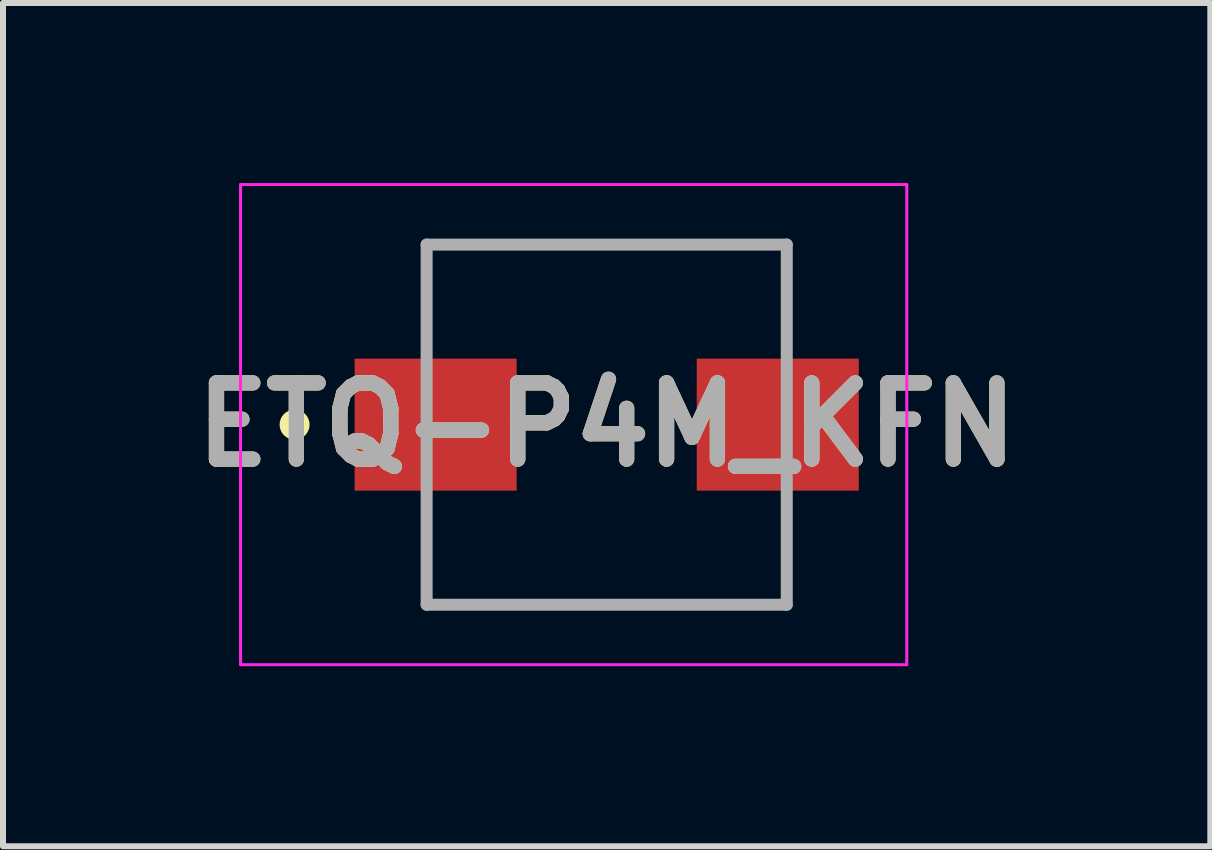
<source format=kicad_pcb>
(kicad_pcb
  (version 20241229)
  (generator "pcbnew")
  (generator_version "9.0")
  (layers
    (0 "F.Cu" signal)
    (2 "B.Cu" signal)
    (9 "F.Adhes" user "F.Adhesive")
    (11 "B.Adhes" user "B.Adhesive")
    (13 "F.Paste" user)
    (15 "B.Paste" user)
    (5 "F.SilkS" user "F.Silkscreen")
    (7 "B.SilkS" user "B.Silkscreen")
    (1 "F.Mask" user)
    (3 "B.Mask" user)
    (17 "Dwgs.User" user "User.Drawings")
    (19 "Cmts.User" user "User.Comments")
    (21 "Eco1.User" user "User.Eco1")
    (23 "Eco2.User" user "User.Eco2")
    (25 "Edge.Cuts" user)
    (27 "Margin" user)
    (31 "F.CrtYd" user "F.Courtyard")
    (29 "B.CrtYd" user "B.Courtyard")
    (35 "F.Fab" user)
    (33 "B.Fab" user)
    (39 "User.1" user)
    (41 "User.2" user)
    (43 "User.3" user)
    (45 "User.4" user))
  (footprint "ETQ-P4M_KFN"
    (layer "F.Cu")
    (at 7.058 4.025)
    (property "Reference" "ETQ-P4M_KFN" (at 0 0 0) (layer "F.SilkS") (effects (font (size 1.27 1.27) (thickness 0.254))))
    (attr smd)
    (fp_line (start -3 -3) (end 3 -3) (stroke (width 0.1) (type solid)) (layer "F.SilkS"))
    (fp_line (start 3 3) (end -3 3) (stroke (width 0.1) (type solid)) (layer "F.SilkS"))
    (fp_circle (center -5.2 0) (end -5.2 0.05) (stroke (width 0.2) (type solid)) (fill no) (layer "F.SilkS"))
    (fp_line (start -6.1 -4) (end 5 -4) (stroke (width 0.05) (type solid)) (layer "F.CrtYd"))
    (fp_line (start -6.1 4) (end -6.1 -4) (stroke (width 0.05) (type solid)) (layer "F.CrtYd"))
    (fp_line (start 5 -4) (end 5 4) (stroke (width 0.05) (type solid)) (layer "F.CrtYd"))
    (fp_line (start 5 4) (end -6.1 4) (stroke (width 0.05) (type solid)) (layer "F.CrtYd"))
    (fp_line (start -3 -3) (end 3 -3) (stroke (width 0.2) (type solid)) (layer "F.Fab"))
    (fp_line (start -3 3) (end -3 -3) (stroke (width 0.2) (type solid)) (layer "F.Fab"))
    (fp_line (start 3 -3) (end 3 3) (stroke (width 0.2) (type solid)) (layer "F.Fab"))
    (fp_line (start 3 3) (end -3 3) (stroke (width 0.2) (type solid)) (layer "F.Fab"))
    (fp_text user "${REFERENCE}" (at 0 0 0) (layer "F.Fab") (effects (font (size 1.27 1.27) (thickness 0.254))))
    (pad "1" smd rect (at -2.85 0 90) (size 2.2 2.7) (layers "F.Cu" "F.Mask" "F.Paste"))
    (pad "2" smd rect (at 2.85 0 90) (size 2.2 2.7) (layers "F.Cu" "F.Mask" "F.Paste")))
  (gr_rect
    (start -3 -3)
    (end 17.115 11.05)
    (stroke (width 0.1) (type default))
    (fill no)
    (layer "Edge.Cuts")))
</source>
